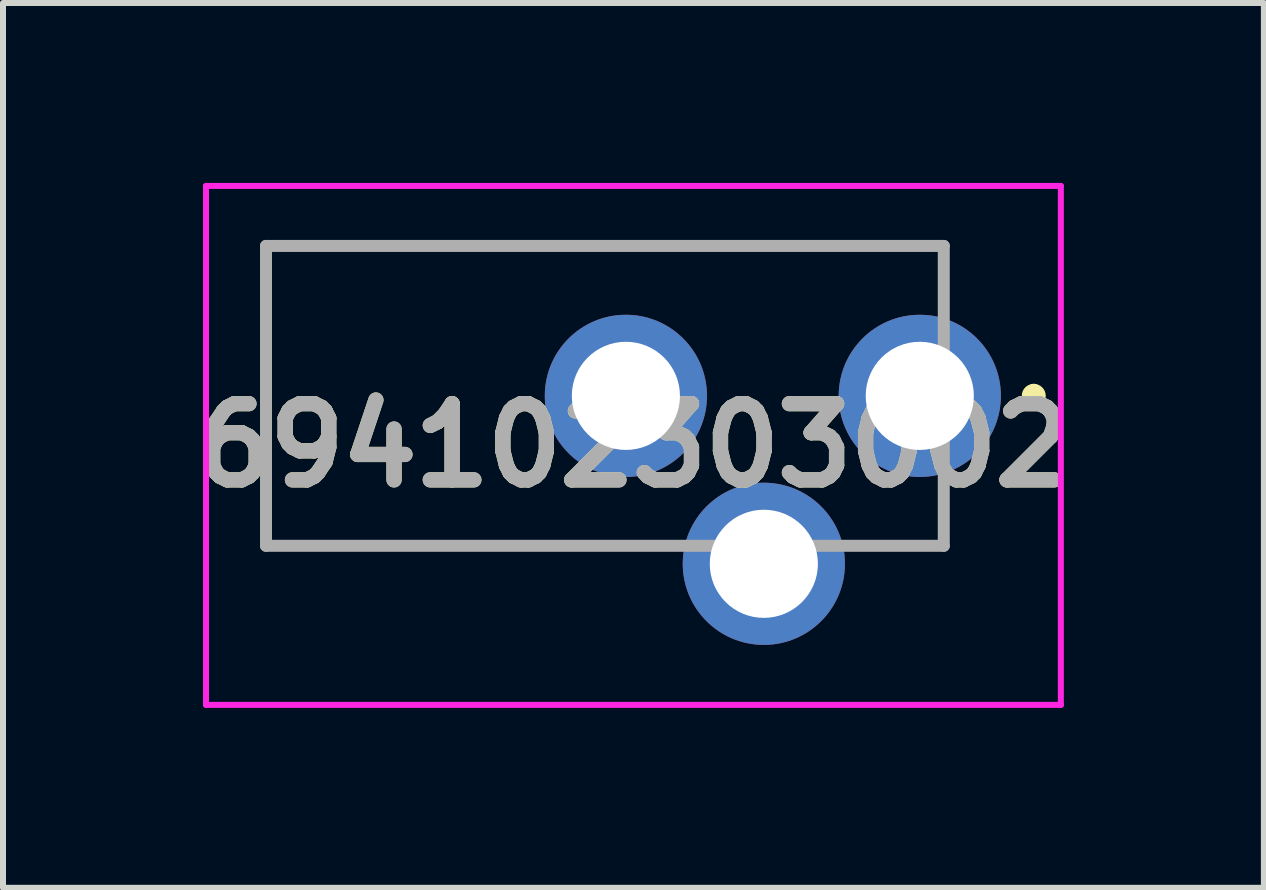
<source format=kicad_pcb>
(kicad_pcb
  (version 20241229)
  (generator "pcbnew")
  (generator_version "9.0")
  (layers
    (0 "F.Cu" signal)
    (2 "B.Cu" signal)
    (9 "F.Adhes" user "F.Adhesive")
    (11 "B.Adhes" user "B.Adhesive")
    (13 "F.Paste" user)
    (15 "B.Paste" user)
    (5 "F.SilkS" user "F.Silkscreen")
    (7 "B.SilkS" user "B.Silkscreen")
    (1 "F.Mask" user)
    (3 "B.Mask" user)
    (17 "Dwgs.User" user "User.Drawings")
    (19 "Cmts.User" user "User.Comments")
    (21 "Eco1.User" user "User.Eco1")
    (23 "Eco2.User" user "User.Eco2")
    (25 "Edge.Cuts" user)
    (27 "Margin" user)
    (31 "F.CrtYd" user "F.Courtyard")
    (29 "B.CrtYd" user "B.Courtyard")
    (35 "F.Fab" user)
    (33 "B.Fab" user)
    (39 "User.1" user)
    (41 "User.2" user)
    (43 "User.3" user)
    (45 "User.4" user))
  (footprint "694102303002"
    (layer "F.Cu")
    (at 12.285 3.55)
    (property "Reference" "694102303002" (at -4.774 0.826 0) (layer "F.SilkS") (effects (font (size 1.27 1.27) (thickness 0.254))))
    (attr through_hole)
    (fp_line (start -10.9 -2.5) (end -10.9 2.5) (stroke (width 0.1) (type solid)) (layer "F.SilkS"))
    (fp_line (start -10.9 2.5) (end -4.4 2.5) (stroke (width 0.1) (type solid)) (layer "F.SilkS"))
    (fp_line (start -0.9 2.5) (end 0.4 2.5) (stroke (width 0.1) (type solid)) (layer "F.SilkS"))
    (fp_line (start 0.4 -2.5) (end -10.9 -2.5) (stroke (width 0.1) (type solid)) (layer "F.SilkS"))
    (fp_line (start 0.4 -1.5) (end 0.4 -2.5) (stroke (width 0.1) (type solid)) (layer "F.SilkS"))
    (fp_line (start 0.4 2.5) (end 0.4 1.5) (stroke (width 0.1) (type solid)) (layer "F.SilkS"))
    (fp_line (start 1.9 -0.1) (end 1.9 -0.1) (stroke (width 0.2) (type solid)) (layer "F.SilkS"))
    (fp_line (start 1.9 0.1) (end 1.9 0.1) (stroke (width 0.2) (type solid)) (layer "F.SilkS"))
    (fp_arc (start 1.9 -0.1) (mid 2 0) (end 1.9 0.1) (stroke (width 0.2) (type solid)) (layer "F.SilkS"))
    (fp_arc (start 1.9 0.1) (mid 1.8 0) (end 1.9 -0.1) (stroke (width 0.2) (type solid)) (layer "F.SilkS"))
    (fp_line (start -11.9 -3.5) (end 2.352 -3.5) (stroke (width 0.1) (type solid)) (layer "F.CrtYd"))
    (fp_line (start -11.9 5.152) (end -11.9 -3.5) (stroke (width 0.1) (type solid)) (layer "F.CrtYd"))
    (fp_line (start 2.352 -3.5) (end 2.352 5.152) (stroke (width 0.1) (type solid)) (layer "F.CrtYd"))
    (fp_line (start 2.352 5.152) (end -11.9 5.152) (stroke (width 0.1) (type solid)) (layer "F.CrtYd"))
    (fp_line (start -10.9 -2.5) (end 0.4 -2.5) (stroke (width 0.2) (type solid)) (layer "F.Fab"))
    (fp_line (start -10.9 2.5) (end -10.9 -2.5) (stroke (width 0.2) (type solid)) (layer "F.Fab"))
    (fp_line (start 0.4 -2.5) (end 0.4 2.5) (stroke (width 0.2) (type solid)) (layer "F.Fab"))
    (fp_line (start 0.4 2.5) (end -10.9 2.5) (stroke (width 0.2) (type solid)) (layer "F.Fab"))
    (fp_text user "${REFERENCE}" (at -4.774 0.826 0) (layer "F.Fab") (effects (font (size 1.27 1.27) (thickness 0.254))))
    (pad "1" thru_hole circle (at 0 0) (size 2.704 2.704) (drill 1.803) (layers "*.Cu" "*.Mask"))
    (pad "2" thru_hole circle (at -4.9 0) (size 2.704 2.704) (drill 1.803) (layers "*.Cu" "*.Mask"))
    (pad "3" thru_hole circle (at -2.6 2.8) (size 2.704 2.704) (drill 1.803) (layers "*.Cu" "*.Mask")))
  (gr_rect
    (start -3 -3)
    (end 18.022 11.752)
    (stroke (width 0.1) (type default))
    (fill no)
    (layer "Edge.Cuts")))
</source>
